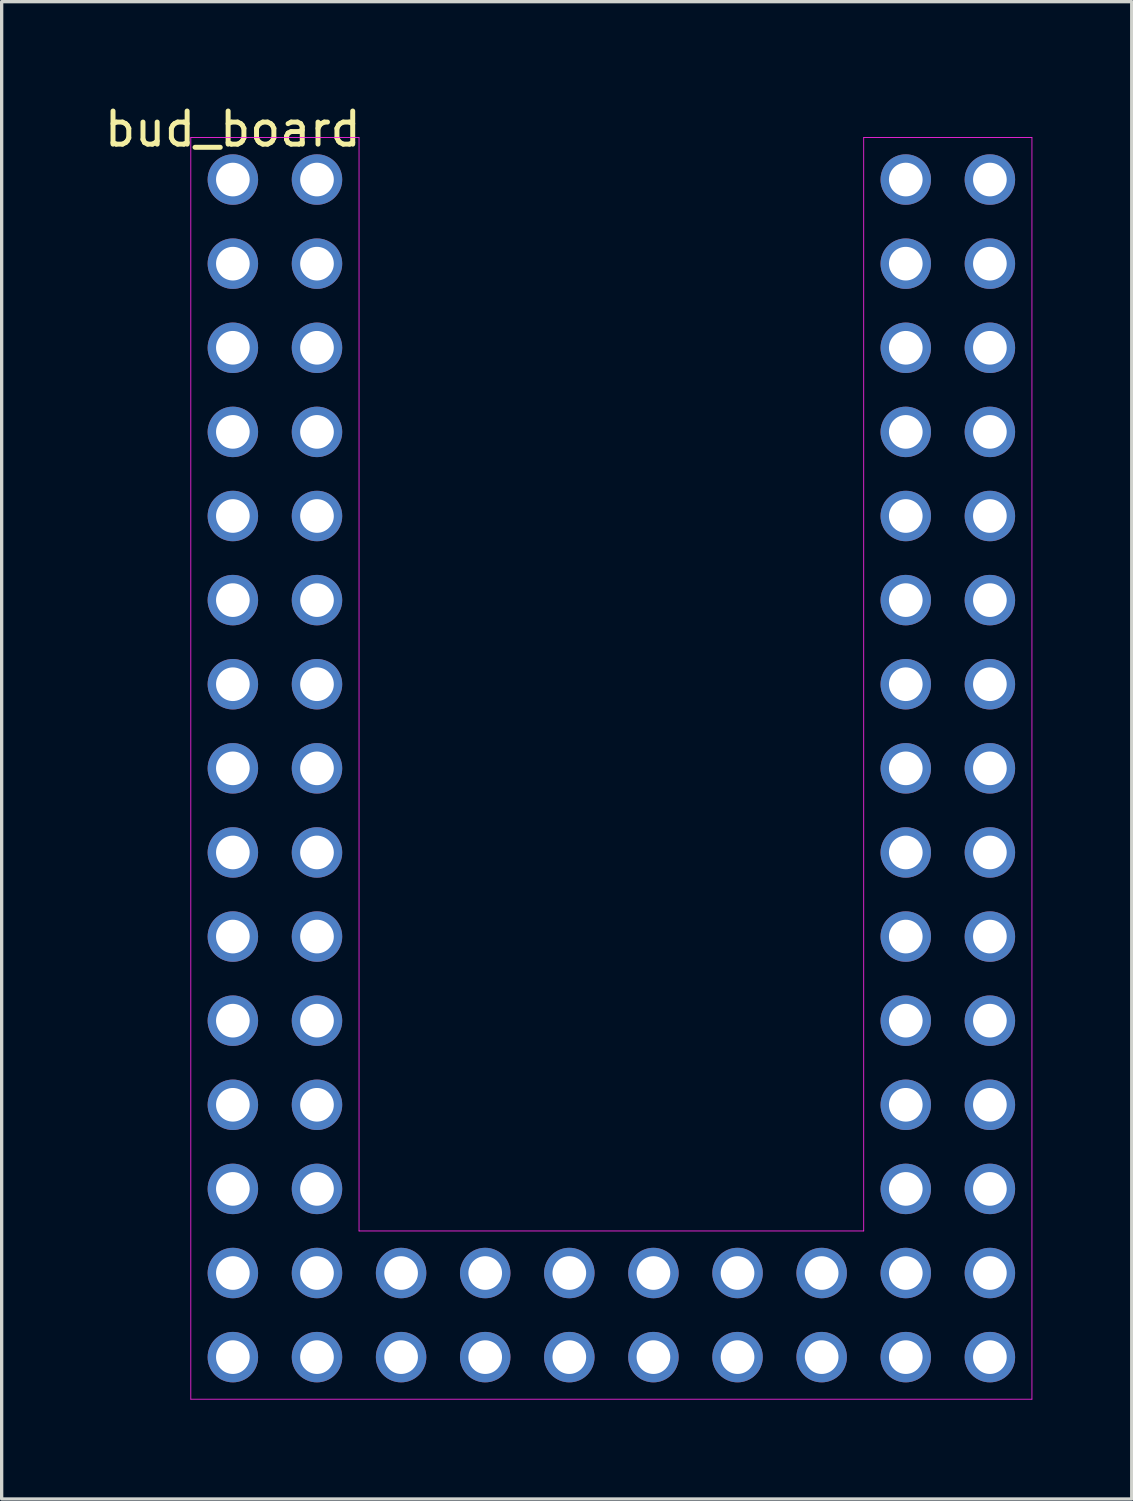
<source format=kicad_pcb>
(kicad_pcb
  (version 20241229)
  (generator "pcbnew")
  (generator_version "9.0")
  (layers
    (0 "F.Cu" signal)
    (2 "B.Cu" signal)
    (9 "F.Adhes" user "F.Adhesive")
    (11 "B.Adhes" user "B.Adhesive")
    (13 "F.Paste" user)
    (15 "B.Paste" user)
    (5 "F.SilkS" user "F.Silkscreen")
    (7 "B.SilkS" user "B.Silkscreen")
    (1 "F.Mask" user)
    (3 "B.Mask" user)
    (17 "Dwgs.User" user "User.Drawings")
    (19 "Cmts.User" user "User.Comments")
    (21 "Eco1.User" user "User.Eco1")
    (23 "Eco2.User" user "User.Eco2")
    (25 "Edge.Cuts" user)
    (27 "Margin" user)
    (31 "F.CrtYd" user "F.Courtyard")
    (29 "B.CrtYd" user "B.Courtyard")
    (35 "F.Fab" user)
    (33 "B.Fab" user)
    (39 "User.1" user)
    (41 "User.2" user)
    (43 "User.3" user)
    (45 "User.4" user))
  (footprint "bud_board"
    (layer "F.Cu")
    (at 3.982 2.372)
    (property "Reference" "bud_board" (at 0 -1.524 0) (layer "F.SilkS") (effects (font (size 1 1) (thickness 0.15))))
    (attr through_hole)
    (fp_line (start -1.27 -1.27) (end -1.27 36.83) (stroke (width 0.025) (type solid)) (layer "F.CrtYd"))
    (fp_line (start -1.27 36.83) (end 24.13 36.83) (stroke (width 0.025) (type solid)) (layer "F.CrtYd"))
    (fp_line (start 3.81 -1.27) (end -1.27 -1.27) (stroke (width 0.025) (type solid)) (layer "F.CrtYd"))
    (fp_line (start 3.81 31.75) (end 3.81 -1.27) (stroke (width 0.025) (type solid)) (layer "F.CrtYd"))
    (fp_line (start 19.05 -1.27) (end 19.05 31.75) (stroke (width 0.025) (type solid)) (layer "F.CrtYd"))
    (fp_line (start 19.05 31.75) (end 3.81 31.75) (stroke (width 0.025) (type solid)) (layer "F.CrtYd"))
    (fp_line (start 24.13 -1.27) (end 19.05 -1.27) (stroke (width 0.025) (type solid)) (layer "F.CrtYd"))
    (fp_line (start 24.13 36.83) (end 24.13 -1.27) (stroke (width 0.025) (type solid)) (layer "F.CrtYd"))
    (pad "1" thru_hole circle (at 0 0) (size 1.524 1.524) (drill 1.016) (layers "*.Cu" "*.Mask"))
    (pad "2" thru_hole circle (at 2.54 0) (size 1.524 1.524) (drill 1.016) (layers "*.Cu" "*.Mask"))
    (pad "3" thru_hole circle (at 0 2.54) (size 1.524 1.524) (drill 1.016) (layers "*.Cu" "*.Mask"))
    (pad "4" thru_hole circle (at 2.54 2.54) (size 1.524 1.524) (drill 1.016) (layers "*.Cu" "*.Mask"))
    (pad "5" thru_hole circle (at 0 5.08) (size 1.524 1.524) (drill 1.016) (layers "*.Cu" "*.Mask"))
    (pad "6" thru_hole circle (at 2.54 5.08) (size 1.524 1.524) (drill 1.016) (layers "*.Cu" "*.Mask"))
    (pad "7" thru_hole circle (at 0 7.62) (size 1.524 1.524) (drill 1.016) (layers "*.Cu" "*.Mask"))
    (pad "8" thru_hole circle (at 2.54 7.62) (size 1.524 1.524) (drill 1.016) (layers "*.Cu" "*.Mask"))
    (pad "9" thru_hole circle (at 0 10.16) (size 1.524 1.524) (drill 1.016) (layers "*.Cu" "*.Mask"))
    (pad "10" thru_hole circle (at 2.54 10.16) (size 1.524 1.524) (drill 1.016) (layers "*.Cu" "*.Mask"))
    (pad "11" thru_hole circle (at 0 12.7) (size 1.524 1.524) (drill 1.016) (layers "*.Cu" "*.Mask"))
    (pad "12" thru_hole circle (at 2.54 12.7) (size 1.524 1.524) (drill 1.016) (layers "*.Cu" "*.Mask"))
    (pad "13" thru_hole circle (at 0 15.24) (size 1.524 1.524) (drill 1.016) (layers "*.Cu" "*.Mask"))
    (pad "14" thru_hole circle (at 2.54 15.24) (size 1.524 1.524) (drill 1.016) (layers "*.Cu" "*.Mask"))
    (pad "15" thru_hole circle (at 0 17.78) (size 1.524 1.524) (drill 1.016) (layers "*.Cu" "*.Mask"))
    (pad "16" thru_hole circle (at 2.54 17.78) (size 1.524 1.524) (drill 1.016) (layers "*.Cu" "*.Mask"))
    (pad "17" thru_hole circle (at 0 20.32) (size 1.524 1.524) (drill 1.016) (layers "*.Cu" "*.Mask"))
    (pad "18" thru_hole circle (at 2.54 20.32) (size 1.524 1.524) (drill 1.016) (layers "*.Cu" "*.Mask"))
    (pad "19" thru_hole circle (at 0 22.86) (size 1.524 1.524) (drill 1.016) (layers "*.Cu" "*.Mask"))
    (pad "20" thru_hole circle (at 2.54 22.86) (size 1.524 1.524) (drill 1.016) (layers "*.Cu" "*.Mask"))
    (pad "21" thru_hole circle (at 0 25.4) (size 1.524 1.524) (drill 1.016) (layers "*.Cu" "*.Mask"))
    (pad "22" thru_hole circle (at 2.54 25.4) (size 1.524 1.524) (drill 1.016) (layers "*.Cu" "*.Mask"))
    (pad "23" thru_hole circle (at 0 27.94) (size 1.524 1.524) (drill 1.016) (layers "*.Cu" "*.Mask"))
    (pad "24" thru_hole circle (at 2.54 27.94) (size 1.524 1.524) (drill 1.016) (layers "*.Cu" "*.Mask"))
    (pad "25" thru_hole circle (at 0 30.48) (size 1.524 1.524) (drill 1.016) (layers "*.Cu" "*.Mask"))
    (pad "26" thru_hole circle (at 2.54 30.48) (size 1.524 1.524) (drill 1.016) (layers "*.Cu" "*.Mask"))
    (pad "27" thru_hole circle (at 0 33.02) (size 1.524 1.524) (drill 1.016) (layers "*.Cu" "*.Mask"))
    (pad "28" thru_hole circle (at 2.54 33.02) (size 1.524 1.524) (drill 1.016) (layers "*.Cu" "*.Mask"))
    (pad "29" thru_hole circle (at 0 35.56) (size 1.524 1.524) (drill 1.016) (layers "*.Cu" "*.Mask"))
    (pad "30" thru_hole circle (at 2.54 35.56) (size 1.524 1.524) (drill 1.016) (layers "*.Cu" "*.Mask"))
    (pad "31" thru_hole circle (at 5.08 35.56) (size 1.524 1.524) (drill 1.016) (layers "*.Cu" "*.Mask"))
    (pad "32" thru_hole circle (at 5.08 33.02) (size 1.524 1.524) (drill 1.016) (layers "*.Cu" "*.Mask"))
    (pad "33" thru_hole circle (at 7.62 35.56) (size 1.524 1.524) (drill 1.016) (layers "*.Cu" "*.Mask"))
    (pad "34" thru_hole circle (at 7.62 33.02) (size 1.524 1.524) (drill 1.016) (layers "*.Cu" "*.Mask"))
    (pad "35" thru_hole circle (at 10.16 35.56) (size 1.524 1.524) (drill 1.016) (layers "*.Cu" "*.Mask"))
    (pad "36" thru_hole circle (at 10.16 33.02) (size 1.524 1.524) (drill 1.016) (layers "*.Cu" "*.Mask"))
    (pad "37" thru_hole circle (at 12.7 35.56) (size 1.524 1.524) (drill 1.016) (layers "*.Cu" "*.Mask"))
    (pad "38" thru_hole circle (at 12.7 33.02) (size 1.524 1.524) (drill 1.016) (layers "*.Cu" "*.Mask"))
    (pad "39" thru_hole circle (at 15.24 35.56) (size 1.524 1.524) (drill 1.016) (layers "*.Cu" "*.Mask"))
    (pad "40" thru_hole circle (at 15.24 33.02) (size 1.524 1.524) (drill 1.016) (layers "*.Cu" "*.Mask"))
    (pad "41" thru_hole circle (at 17.78 35.56) (size 1.524 1.524) (drill 1.016) (layers "*.Cu" "*.Mask"))
    (pad "42" thru_hole circle (at 17.78 33.02) (size 1.524 1.524) (drill 1.016) (layers "*.Cu" "*.Mask"))
    (pad "43" thru_hole circle (at 22.86 35.56) (size 1.524 1.524) (drill 1.016) (layers "*.Cu" "*.Mask"))
    (pad "44" thru_hole circle (at 20.32 35.56) (size 1.524 1.524) (drill 1.016) (layers "*.Cu" "*.Mask"))
    (pad "45" thru_hole circle (at 22.86 33.02) (size 1.524 1.524) (drill 1.016) (layers "*.Cu" "*.Mask"))
    (pad "46" thru_hole circle (at 20.32 33.02) (size 1.524 1.524) (drill 1.016) (layers "*.Cu" "*.Mask"))
    (pad "47" thru_hole circle (at 22.86 30.48) (size 1.524 1.524) (drill 1.016) (layers "*.Cu" "*.Mask"))
    (pad "48" thru_hole circle (at 20.32 30.48) (size 1.524 1.524) (drill 1.016) (layers "*.Cu" "*.Mask"))
    (pad "49" thru_hole circle (at 22.86 27.94) (size 1.524 1.524) (drill 1.016) (layers "*.Cu" "*.Mask"))
    (pad "50" thru_hole circle (at 20.32 27.94) (size 1.524 1.524) (drill 1.016) (layers "*.Cu" "*.Mask"))
    (pad "51" thru_hole circle (at 22.86 25.4) (size 1.524 1.524) (drill 1.016) (layers "*.Cu" "*.Mask"))
    (pad "52" thru_hole circle (at 20.32 25.4) (size 1.524 1.524) (drill 1.016) (layers "*.Cu" "*.Mask"))
    (pad "53" thru_hole circle (at 22.86 22.86) (size 1.524 1.524) (drill 1.016) (layers "*.Cu" "*.Mask"))
    (pad "54" thru_hole circle (at 20.32 22.86) (size 1.524 1.524) (drill 1.016) (layers "*.Cu" "*.Mask"))
    (pad "55" thru_hole circle (at 22.86 20.32) (size 1.524 1.524) (drill 1.016) (layers "*.Cu" "*.Mask"))
    (pad "56" thru_hole circle (at 20.32 20.32) (size 1.524 1.524) (drill 1.016) (layers "*.Cu" "*.Mask"))
    (pad "57" thru_hole circle (at 22.86 17.78) (size 1.524 1.524) (drill 1.016) (layers "*.Cu" "*.Mask"))
    (pad "58" thru_hole circle (at 20.32 17.78) (size 1.524 1.524) (drill 1.016) (layers "*.Cu" "*.Mask"))
    (pad "59" thru_hole circle (at 22.86 15.24) (size 1.524 1.524) (drill 1.016) (layers "*.Cu" "*.Mask"))
    (pad "60" thru_hole circle (at 20.32 15.24) (size 1.524 1.524) (drill 1.016) (layers "*.Cu" "*.Mask"))
    (pad "61" thru_hole circle (at 22.86 12.7) (size 1.524 1.524) (drill 1.016) (layers "*.Cu" "*.Mask"))
    (pad "62" thru_hole circle (at 20.32 12.7) (size 1.524 1.524) (drill 1.016) (layers "*.Cu" "*.Mask"))
    (pad "63" thru_hole circle (at 22.86 10.16) (size 1.524 1.524) (drill 1.016) (layers "*.Cu" "*.Mask"))
    (pad "64" thru_hole circle (at 20.32 10.16) (size 1.524 1.524) (drill 1.016) (layers "*.Cu" "*.Mask"))
    (pad "65" thru_hole circle (at 22.86 7.62) (size 1.524 1.524) (drill 1.016) (layers "*.Cu" "*.Mask"))
    (pad "66" thru_hole circle (at 20.32 7.62) (size 1.524 1.524) (drill 1.016) (layers "*.Cu" "*.Mask"))
    (pad "67" thru_hole circle (at 22.86 5.08) (size 1.524 1.524) (drill 1.016) (layers "*.Cu" "*.Mask"))
    (pad "68" thru_hole circle (at 20.32 5.08) (size 1.524 1.524) (drill 1.016) (layers "*.Cu" "*.Mask"))
    (pad "69" thru_hole circle (at 22.86 2.54) (size 1.524 1.524) (drill 1.016) (layers "*.Cu" "*.Mask"))
    (pad "70" thru_hole circle (at 20.32 2.54) (size 1.524 1.524) (drill 1.016) (layers "*.Cu" "*.Mask"))
    (pad "71" thru_hole circle (at 22.86 0) (size 1.524 1.524) (drill 1.016) (layers "*.Cu" "*.Mask"))
    (pad "72" thru_hole circle (at 20.32 0) (size 1.524 1.524) (drill 1.016) (layers "*.Cu" "*.Mask")))
  (gr_rect
    (start -3 -3)
    (end 31.125 42.215)
    (stroke (width 0.1) (type default))
    (fill no)
    (layer "Edge.Cuts")))
</source>
